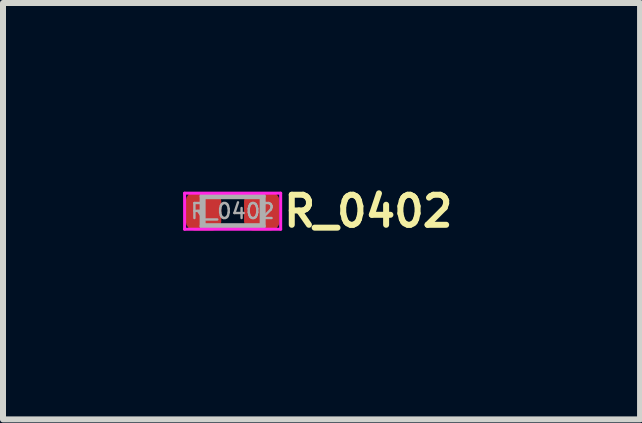
<source format=kicad_pcb>
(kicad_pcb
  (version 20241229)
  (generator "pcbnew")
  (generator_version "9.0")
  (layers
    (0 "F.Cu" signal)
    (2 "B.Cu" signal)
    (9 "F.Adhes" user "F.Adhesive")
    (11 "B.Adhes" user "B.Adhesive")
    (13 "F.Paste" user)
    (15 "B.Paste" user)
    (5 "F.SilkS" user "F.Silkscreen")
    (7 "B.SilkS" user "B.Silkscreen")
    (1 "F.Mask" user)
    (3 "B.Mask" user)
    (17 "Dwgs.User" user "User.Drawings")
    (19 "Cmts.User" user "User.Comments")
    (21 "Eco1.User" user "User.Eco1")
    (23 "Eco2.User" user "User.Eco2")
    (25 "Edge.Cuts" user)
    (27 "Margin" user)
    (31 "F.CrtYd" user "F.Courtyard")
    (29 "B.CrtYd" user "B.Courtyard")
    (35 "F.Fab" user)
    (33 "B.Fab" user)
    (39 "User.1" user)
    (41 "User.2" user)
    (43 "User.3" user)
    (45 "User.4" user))
  (footprint "R_0402"
    (layer "F.Cu")
    (at 0.825 0.468)
    (property "Reference" "R_0402" (at 0.8 0 0) (layer "F.SilkS") (effects (font (size 0.5 0.5) (thickness 0.1)) (justify left)))
    (attr smd)
    (fp_line (start -0.8 -0.3) (end 0.8 -0.3) (stroke (width 0.05) (type solid)) (layer "F.CrtYd"))
    (fp_line (start -0.8 0.3) (end -0.8 -0.3) (stroke (width 0.05) (type solid)) (layer "F.CrtYd"))
    (fp_line (start 0.8 -0.3) (end 0.8 0.3) (stroke (width 0.05) (type solid)) (layer "F.CrtYd"))
    (fp_line (start 0.8 0.3) (end -0.8 0.3) (stroke (width 0.05) (type solid)) (layer "F.CrtYd"))
    (fp_line (start -0.5 -0.25) (end 0.5 -0.25) (stroke (width 0.1) (type solid)) (layer "F.Fab"))
    (fp_line (start -0.5 0.25) (end -0.5 -0.25) (stroke (width 0.1) (type solid)) (layer "F.Fab"))
    (fp_line (start 0.5 -0.25) (end 0.5 0.25) (stroke (width 0.1) (type solid)) (layer "F.Fab"))
    (fp_line (start 0.5 0.25) (end -0.5 0.25) (stroke (width 0.1) (type solid)) (layer "F.Fab"))
    (fp_text user "${REFERENCE}" (at 0 0 0) (layer "F.Fab") (effects (font (size 0.25 0.25) (thickness 0.04))))
    (pad "1" smd roundrect (at -0.485 0) (size 0.59 0.64) (layers "F.Cu" "F.Mask" "F.Paste") (roundrect_rratio 0.25))
    (pad "2" smd roundrect (at 0.485 0) (size 0.59 0.64) (layers "F.Cu" "F.Mask" "F.Paste") (roundrect_rratio 0.25)))
  (gr_rect
    (start -3 -3)
    (end 7.611 3.936)
    (stroke (width 0.1) (type default))
    (fill no)
    (layer "Edge.Cuts")))
</source>
